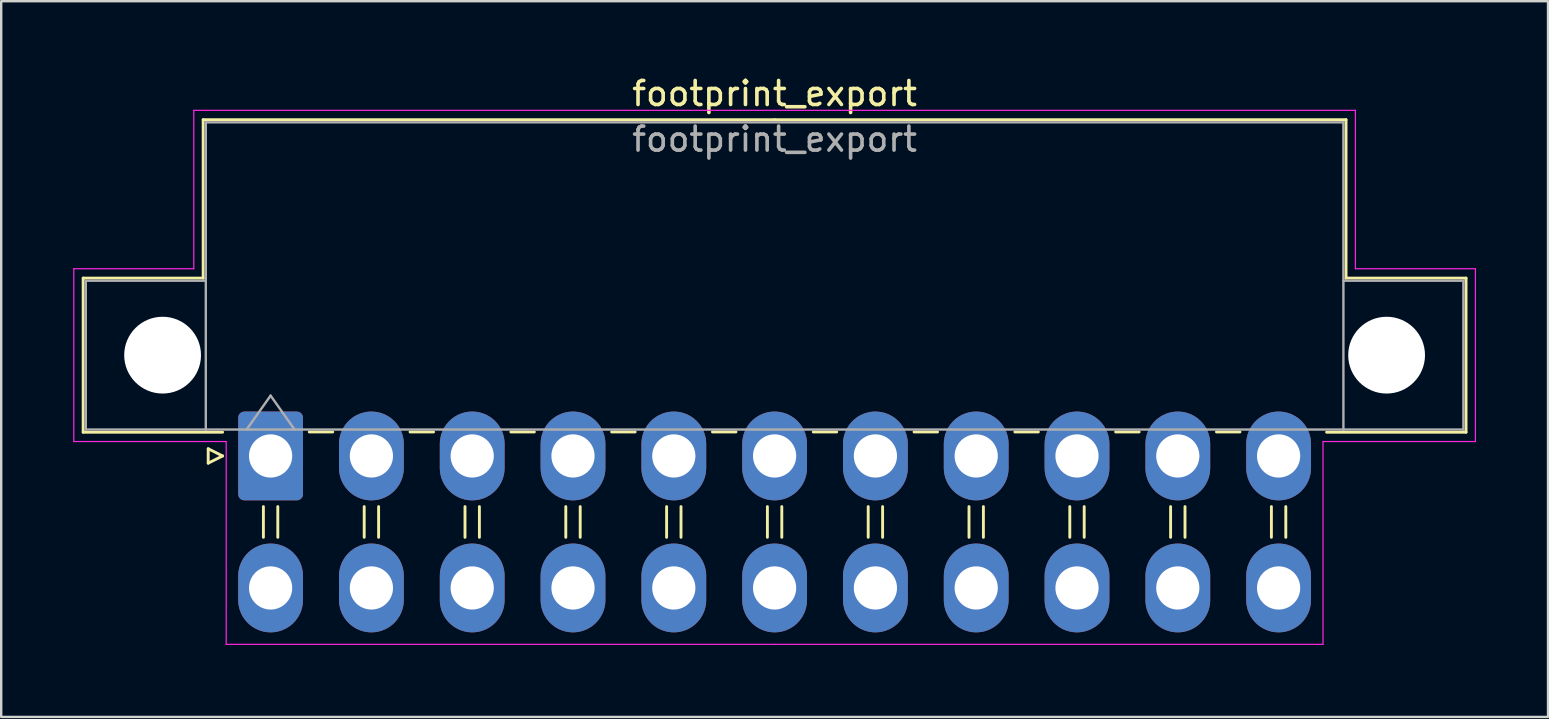
<source format=kicad_pcb>
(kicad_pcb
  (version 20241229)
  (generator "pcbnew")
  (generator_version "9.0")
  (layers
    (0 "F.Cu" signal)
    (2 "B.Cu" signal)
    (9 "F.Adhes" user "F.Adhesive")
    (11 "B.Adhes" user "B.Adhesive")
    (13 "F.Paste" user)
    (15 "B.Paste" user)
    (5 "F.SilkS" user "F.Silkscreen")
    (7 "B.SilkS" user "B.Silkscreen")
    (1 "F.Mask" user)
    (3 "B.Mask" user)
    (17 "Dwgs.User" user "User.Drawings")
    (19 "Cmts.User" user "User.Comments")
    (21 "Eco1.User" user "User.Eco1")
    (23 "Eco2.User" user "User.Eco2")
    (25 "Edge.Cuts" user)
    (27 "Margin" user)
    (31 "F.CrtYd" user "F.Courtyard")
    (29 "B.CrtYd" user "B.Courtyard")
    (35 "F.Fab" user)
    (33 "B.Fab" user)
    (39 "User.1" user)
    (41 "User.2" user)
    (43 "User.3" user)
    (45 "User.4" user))
  (footprint "footprint_export"
    (layer "F.Cu")
    (at 8.225 15.948)
    (property "Reference" "footprint_export" (at 21 -15.1 0) (layer "F.SilkS") (effects (font (size 1 1) (thickness 0.15))))
    (attr through_hole)
    (fp_line (start -7.81 -7.41) (end -7.81 -0.99) (stroke (width 0.12) (type solid)) (layer "F.SilkS"))
    (fp_line (start -7.81 -0.99) (end -2 -0.99) (stroke (width 0.12) (type solid)) (layer "F.SilkS"))
    (fp_line (start -2.81 -14.01) (end -2.81 -7.41) (stroke (width 0.12) (type solid)) (layer "F.SilkS"))
    (fp_line (start -2.81 -7.41) (end -7.81 -7.41) (stroke (width 0.12) (type solid)) (layer "F.SilkS"))
    (fp_line (start -2.6 -0.3) (end -2 0) (stroke (width 0.12) (type solid)) (layer "F.SilkS"))
    (fp_line (start -2.6 0.3) (end -2.6 -0.3) (stroke (width 0.12) (type solid)) (layer "F.SilkS"))
    (fp_line (start -2 0) (end -2.6 0.3) (stroke (width 0.12) (type solid)) (layer "F.SilkS"))
    (fp_line (start -0.3 2.11) (end -0.3 3.39) (stroke (width 0.12) (type solid)) (layer "F.SilkS"))
    (fp_line (start 0.3 2.11) (end 0.3 3.39) (stroke (width 0.12) (type solid)) (layer "F.SilkS"))
    (fp_line (start 1.61 -1) (end 2.59 -1) (stroke (width 0.12) (type solid)) (layer "F.SilkS"))
    (fp_line (start 3.9 2.11) (end 3.9 3.39) (stroke (width 0.12) (type solid)) (layer "F.SilkS"))
    (fp_line (start 4.5 2.11) (end 4.5 3.39) (stroke (width 0.12) (type solid)) (layer "F.SilkS"))
    (fp_line (start 5.81 -1) (end 6.79 -1) (stroke (width 0.12) (type solid)) (layer "F.SilkS"))
    (fp_line (start 8.1 2.11) (end 8.1 3.39) (stroke (width 0.12) (type solid)) (layer "F.SilkS"))
    (fp_line (start 8.7 2.11) (end 8.7 3.39) (stroke (width 0.12) (type solid)) (layer "F.SilkS"))
    (fp_line (start 10.01 -1) (end 10.99 -1) (stroke (width 0.12) (type solid)) (layer "F.SilkS"))
    (fp_line (start 12.3 2.11) (end 12.3 3.39) (stroke (width 0.12) (type solid)) (layer "F.SilkS"))
    (fp_line (start 12.9 2.11) (end 12.9 3.39) (stroke (width 0.12) (type solid)) (layer "F.SilkS"))
    (fp_line (start 14.21 -1) (end 15.19 -1) (stroke (width 0.12) (type solid)) (layer "F.SilkS"))
    (fp_line (start 16.5 2.11) (end 16.5 3.39) (stroke (width 0.12) (type solid)) (layer "F.SilkS"))
    (fp_line (start 17.1 2.11) (end 17.1 3.39) (stroke (width 0.12) (type solid)) (layer "F.SilkS"))
    (fp_line (start 18.41 -1) (end 19.39 -1) (stroke (width 0.12) (type solid)) (layer "F.SilkS"))
    (fp_line (start 20.7 2.11) (end 20.7 3.39) (stroke (width 0.12) (type solid)) (layer "F.SilkS"))
    (fp_line (start 21 -14.01) (end -2.81 -14.01) (stroke (width 0.12) (type solid)) (layer "F.SilkS"))
    (fp_line (start 21 -14.01) (end 44.81 -14.01) (stroke (width 0.12) (type solid)) (layer "F.SilkS"))
    (fp_line (start 21.3 2.11) (end 21.3 3.39) (stroke (width 0.12) (type solid)) (layer "F.SilkS"))
    (fp_line (start 22.61 -1) (end 23.59 -1) (stroke (width 0.12) (type solid)) (layer "F.SilkS"))
    (fp_line (start 24.9 2.11) (end 24.9 3.39) (stroke (width 0.12) (type solid)) (layer "F.SilkS"))
    (fp_line (start 25.5 2.11) (end 25.5 3.39) (stroke (width 0.12) (type solid)) (layer "F.SilkS"))
    (fp_line (start 26.81 -1) (end 27.79 -1) (stroke (width 0.12) (type solid)) (layer "F.SilkS"))
    (fp_line (start 29.1 2.11) (end 29.1 3.39) (stroke (width 0.12) (type solid)) (layer "F.SilkS"))
    (fp_line (start 29.7 2.11) (end 29.7 3.39) (stroke (width 0.12) (type solid)) (layer "F.SilkS"))
    (fp_line (start 31.01 -1) (end 31.99 -1) (stroke (width 0.12) (type solid)) (layer "F.SilkS"))
    (fp_line (start 33.3 2.11) (end 33.3 3.39) (stroke (width 0.12) (type solid)) (layer "F.SilkS"))
    (fp_line (start 33.9 2.11) (end 33.9 3.39) (stroke (width 0.12) (type solid)) (layer "F.SilkS"))
    (fp_line (start 35.21 -1) (end 36.19 -1) (stroke (width 0.12) (type solid)) (layer "F.SilkS"))
    (fp_line (start 37.5 2.11) (end 37.5 3.39) (stroke (width 0.12) (type solid)) (layer "F.SilkS"))
    (fp_line (start 38.1 2.11) (end 38.1 3.39) (stroke (width 0.12) (type solid)) (layer "F.SilkS"))
    (fp_line (start 39.41 -1) (end 40.39 -1) (stroke (width 0.12) (type solid)) (layer "F.SilkS"))
    (fp_line (start 41.7 2.11) (end 41.7 3.39) (stroke (width 0.12) (type solid)) (layer "F.SilkS"))
    (fp_line (start 42.3 2.11) (end 42.3 3.39) (stroke (width 0.12) (type solid)) (layer "F.SilkS"))
    (fp_line (start 44.81 -14.01) (end 44.81 -7.41) (stroke (width 0.12) (type solid)) (layer "F.SilkS"))
    (fp_line (start 44.81 -7.41) (end 49.81 -7.41) (stroke (width 0.12) (type solid)) (layer "F.SilkS"))
    (fp_line (start 49.81 -7.41) (end 49.81 -0.99) (stroke (width 0.12) (type solid)) (layer "F.SilkS"))
    (fp_line (start 49.81 -0.99) (end 44 -0.99) (stroke (width 0.12) (type solid)) (layer "F.SilkS"))
    (fp_line (start -8.2 -7.8) (end -8.2 -0.6) (stroke (width 0.05) (type solid)) (layer "F.CrtYd"))
    (fp_line (start -8.2 -0.6) (end -1.85 -0.6) (stroke (width 0.05) (type solid)) (layer "F.CrtYd"))
    (fp_line (start -3.2 -14.4) (end -3.2 -7.8) (stroke (width 0.05) (type solid)) (layer "F.CrtYd"))
    (fp_line (start -3.2 -7.8) (end -8.2 -7.8) (stroke (width 0.05) (type solid)) (layer "F.CrtYd"))
    (fp_line (start -1.85 -0.6) (end -1.85 7.85) (stroke (width 0.05) (type solid)) (layer "F.CrtYd"))
    (fp_line (start -1.85 7.85) (end 21 7.85) (stroke (width 0.05) (type solid)) (layer "F.CrtYd"))
    (fp_line (start 21 -14.4) (end -3.2 -14.4) (stroke (width 0.05) (type solid)) (layer "F.CrtYd"))
    (fp_line (start 21 -14.4) (end 45.2 -14.4) (stroke (width 0.05) (type solid)) (layer "F.CrtYd"))
    (fp_line (start 43.85 -0.6) (end 43.85 7.85) (stroke (width 0.05) (type solid)) (layer "F.CrtYd"))
    (fp_line (start 43.85 7.85) (end 21 7.85) (stroke (width 0.05) (type solid)) (layer "F.CrtYd"))
    (fp_line (start 45.2 -14.4) (end 45.2 -7.8) (stroke (width 0.05) (type solid)) (layer "F.CrtYd"))
    (fp_line (start 45.2 -7.8) (end 50.2 -7.8) (stroke (width 0.05) (type solid)) (layer "F.CrtYd"))
    (fp_line (start 50.2 -7.8) (end 50.2 -0.6) (stroke (width 0.05) (type solid)) (layer "F.CrtYd"))
    (fp_line (start 50.2 -0.6) (end 43.85 -0.6) (stroke (width 0.05) (type solid)) (layer "F.CrtYd"))
    (fp_line (start -7.7 -7.3) (end -7.7 -1.1) (stroke (width 0.1) (type solid)) (layer "F.Fab"))
    (fp_line (start -7.7 -1.1) (end -2.7 -1.1) (stroke (width 0.1) (type solid)) (layer "F.Fab"))
    (fp_line (start -2.7 -13.9) (end -2.7 -1.1) (stroke (width 0.1) (type solid)) (layer "F.Fab"))
    (fp_line (start -2.7 -7.3) (end -7.7 -7.3) (stroke (width 0.1) (type solid)) (layer "F.Fab"))
    (fp_line (start -2.7 -1.1) (end 44.7 -1.1) (stroke (width 0.1) (type solid)) (layer "F.Fab"))
    (fp_line (start -1 -1.1) (end 0 -2.514) (stroke (width 0.1) (type solid)) (layer "F.Fab"))
    (fp_line (start 0 -2.514) (end 1 -1.1) (stroke (width 0.1) (type solid)) (layer "F.Fab"))
    (fp_line (start 44.7 -13.9) (end -2.7 -13.9) (stroke (width 0.1) (type solid)) (layer "F.Fab"))
    (fp_line (start 44.7 -7.3) (end 49.7 -7.3) (stroke (width 0.1) (type solid)) (layer "F.Fab"))
    (fp_line (start 44.7 -1.1) (end 44.7 -13.9) (stroke (width 0.1) (type solid)) (layer "F.Fab"))
    (fp_line (start 49.7 -7.3) (end 49.7 -1.1) (stroke (width 0.1) (type solid)) (layer "F.Fab"))
    (fp_line (start 49.7 -1.1) (end 44.7 -1.1) (stroke (width 0.1) (type solid)) (layer "F.Fab"))
    (fp_text user "${REFERENCE}" (at 21 -13.2 0) (layer "F.Fab") (effects (font (size 1 1) (thickness 0.15))))
    (pad "" np_thru_hole circle (at -4.5 -4.2) (size 3.2 3.2) (drill 3.2) (layers "*.Cu" "*.Mask"))
    (pad "" np_thru_hole circle (at 46.5 -4.2) (size 3.2 3.2) (drill 3.2) (layers "*.Cu" "*.Mask"))
    (pad "1" thru_hole roundrect (at 0 0) (size 2.7 3.7) (drill 1.8) (layers "*.Cu" "*.Mask") (roundrect_rratio 0.093))
    (pad "2" thru_hole oval (at 4.2 0) (size 2.7 3.7) (drill 1.8) (layers "*.Cu" "*.Mask"))
    (pad "3" thru_hole oval (at 8.4 0) (size 2.7 3.7) (drill 1.8) (layers "*.Cu" "*.Mask"))
    (pad "4" thru_hole oval (at 12.6 0) (size 2.7 3.7) (drill 1.8) (layers "*.Cu" "*.Mask"))
    (pad "5" thru_hole oval (at 16.8 0) (size 2.7 3.7) (drill 1.8) (layers "*.Cu" "*.Mask"))
    (pad "6" thru_hole oval (at 21 0) (size 2.7 3.7) (drill 1.8) (layers "*.Cu" "*.Mask"))
    (pad "7" thru_hole oval (at 25.2 0) (size 2.7 3.7) (drill 1.8) (layers "*.Cu" "*.Mask"))
    (pad "8" thru_hole oval (at 29.4 0) (size 2.7 3.7) (drill 1.8) (layers "*.Cu" "*.Mask"))
    (pad "9" thru_hole oval (at 33.6 0) (size 2.7 3.7) (drill 1.8) (layers "*.Cu" "*.Mask"))
    (pad "10" thru_hole oval (at 37.8 0) (size 2.7 3.7) (drill 1.8) (layers "*.Cu" "*.Mask"))
    (pad "11" thru_hole oval (at 42 0) (size 2.7 3.7) (drill 1.8) (layers "*.Cu" "*.Mask"))
    (pad "12" thru_hole oval (at 0 5.5) (size 2.7 3.7) (drill 1.8) (layers "*.Cu" "*.Mask"))
    (pad "13" thru_hole oval (at 4.2 5.5) (size 2.7 3.7) (drill 1.8) (layers "*.Cu" "*.Mask"))
    (pad "14" thru_hole oval (at 8.4 5.5) (size 2.7 3.7) (drill 1.8) (layers "*.Cu" "*.Mask"))
    (pad "15" thru_hole oval (at 12.6 5.5) (size 2.7 3.7) (drill 1.8) (layers "*.Cu" "*.Mask"))
    (pad "16" thru_hole oval (at 16.8 5.5) (size 2.7 3.7) (drill 1.8) (layers "*.Cu" "*.Mask"))
    (pad "17" thru_hole oval (at 21 5.5) (size 2.7 3.7) (drill 1.8) (layers "*.Cu" "*.Mask"))
    (pad "18" thru_hole oval (at 25.2 5.5) (size 2.7 3.7) (drill 1.8) (layers "*.Cu" "*.Mask"))
    (pad "19" thru_hole oval (at 29.4 5.5) (size 2.7 3.7) (drill 1.8) (layers "*.Cu" "*.Mask"))
    (pad "20" thru_hole oval (at 33.6 5.5) (size 2.7 3.7) (drill 1.8) (layers "*.Cu" "*.Mask"))
    (pad "21" thru_hole oval (at 37.8 5.5) (size 2.7 3.7) (drill 1.8) (layers "*.Cu" "*.Mask"))
    (pad "22" thru_hole oval (at 42 5.5) (size 2.7 3.7) (drill 1.8) (layers "*.Cu" "*.Mask")))
  (gr_rect
    (start -3 -3)
    (end 61.45 26.823)
    (stroke (width 0.1) (type default))
    (fill no)
    (layer "Edge.Cuts")))
</source>
